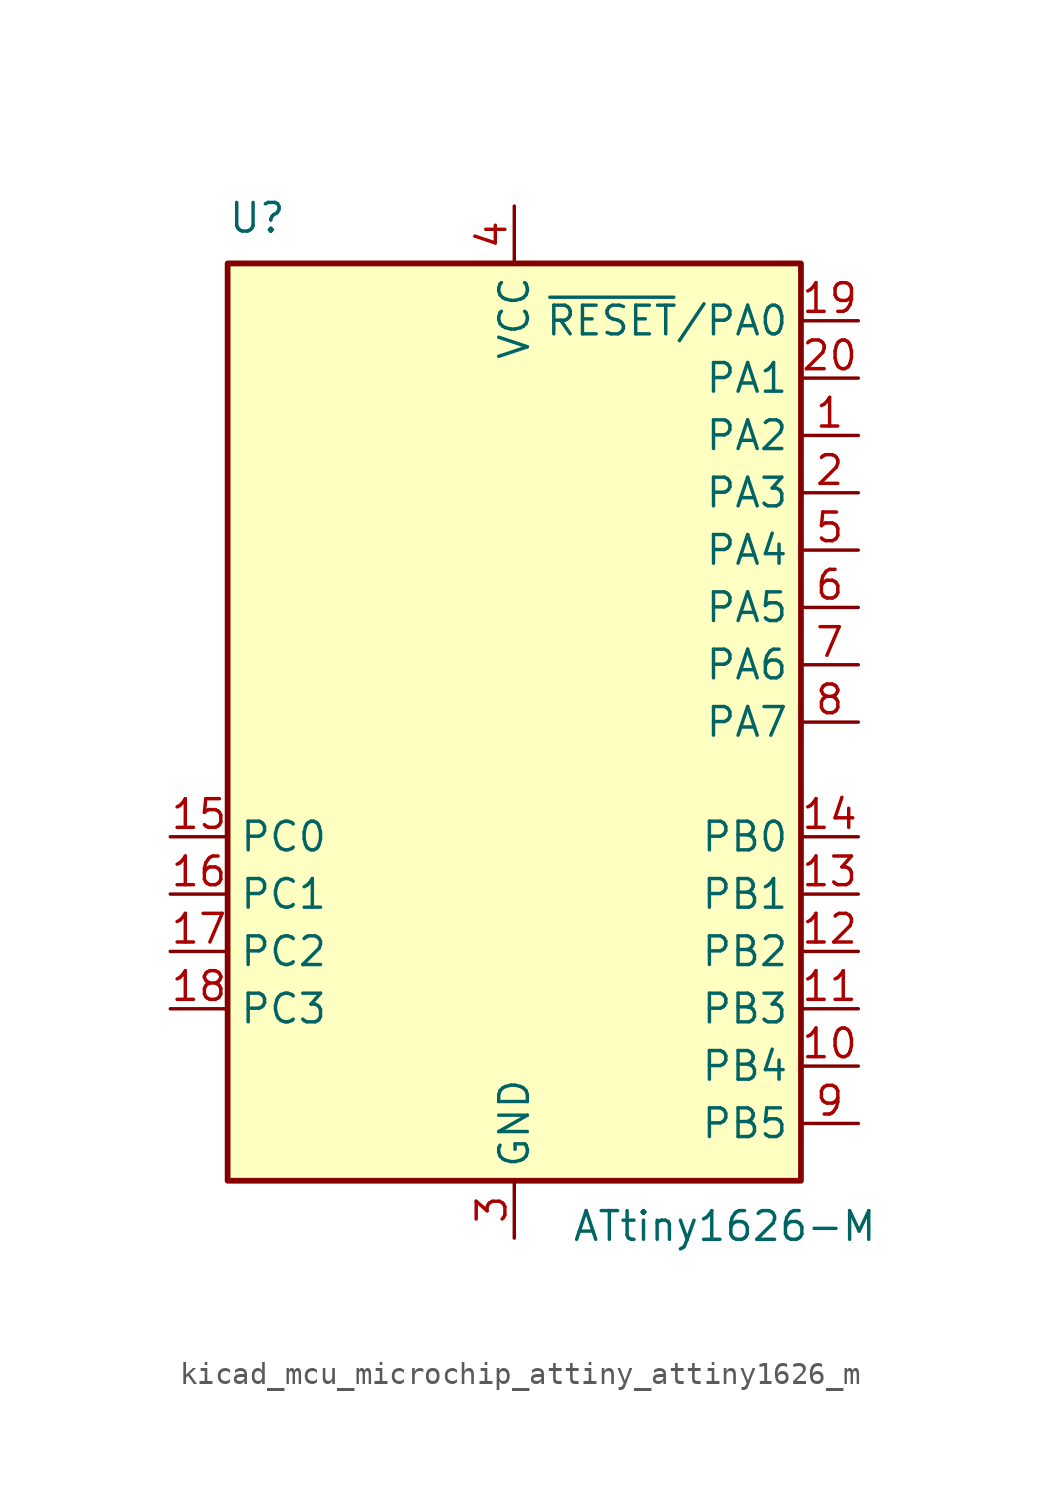
<source format=kicad_sym>
(kicad_symbol_lib
  (version 20220914)
  (generator kicad_symbol_editor)
  (symbol "kicad_mcu_microchip_attiny_attiny1626_m"
    (property "Reference" "U"
      (at -12.7 21.59 0)
      (effects (font (size 1.27 1.27)) (justify left bottom)))
    (property "Value" "ATtiny1626-M"
      (at 2.54 -21.59 0)
      (effects (font (size 1.27 1.27)) (justify left top)))
    (symbol "kicad_mcu_microchip_attiny_attiny1626_m_0_1"
      (rectangle (start -12.7 -20.32) (end 12.7 20.32) (stroke (width 0.254) (type default)) (fill (type background))))
    (symbol "kicad_mcu_microchip_attiny_attiny1626_m_1_1"
      (pin bidirectional line (at 15.24 12.7 180) (length 2.54) (name "PA2" (effects (font (size 1.27 1.27)))) (number "1" (effects (font (size 1.27 1.27)))))
      (pin bidirectional line (at 15.24 -15.24 180) (length 2.54) (name "PB4" (effects (font (size 1.27 1.27)))) (number "10" (effects (font (size 1.27 1.27)))))
      (pin bidirectional line (at 15.24 -12.7 180) (length 2.54) (name "PB3" (effects (font (size 1.27 1.27)))) (number "11" (effects (font (size 1.27 1.27)))))
      (pin bidirectional line (at 15.24 -10.16 180) (length 2.54) (name "PB2" (effects (font (size 1.27 1.27)))) (number "12" (effects (font (size 1.27 1.27)))))
      (pin bidirectional line (at 15.24 -7.62 180) (length 2.54) (name "PB1" (effects (font (size 1.27 1.27)))) (number "13" (effects (font (size 1.27 1.27)))))
      (pin bidirectional line (at 15.24 -5.08 180) (length 2.54) (name "PB0" (effects (font (size 1.27 1.27)))) (number "14" (effects (font (size 1.27 1.27)))))
      (pin bidirectional line (at -15.24 -5.08 0) (length 2.54) (name "PC0" (effects (font (size 1.27 1.27)))) (number "15" (effects (font (size 1.27 1.27)))))
      (pin bidirectional line (at -15.24 -7.62 0) (length 2.54) (name "PC1" (effects (font (size 1.27 1.27)))) (number "16" (effects (font (size 1.27 1.27)))))
      (pin bidirectional line (at -15.24 -10.16 0) (length 2.54) (name "PC2" (effects (font (size 1.27 1.27)))) (number "17" (effects (font (size 1.27 1.27)))))
      (pin bidirectional line (at -15.24 -12.7 0) (length 2.54) (name "PC3" (effects (font (size 1.27 1.27)))) (number "18" (effects (font (size 1.27 1.27)))))
      (pin bidirectional line (at 15.24 17.78 180) (length 2.54) (name "~{RESET}/PA0" (effects (font (size 1.27 1.27)))) (number "19" (effects (font (size 1.27 1.27)))))
      (pin bidirectional line (at 15.24 10.16 180) (length 2.54) (name "PA3" (effects (font (size 1.27 1.27)))) (number "2" (effects (font (size 1.27 1.27)))))
      (pin bidirectional line (at 15.24 15.24 180) (length 2.54) (name "PA1" (effects (font (size 1.27 1.27)))) (number "20" (effects (font (size 1.27 1.27)))))
      (pin passive line (at 0 -22.86 90) (length 2.54) hide (name "GND" (effects (font (size 1.27 1.27)))) (number "21" (effects (font (size 1.27 1.27)))))
      (pin power_in line (at 0 -22.86 90) (length 2.54) (name "GND" (effects (font (size 1.27 1.27)))) (number "3" (effects (font (size 1.27 1.27)))))
      (pin power_in line (at 0 22.86 270) (length 2.54) (name "VCC" (effects (font (size 1.27 1.27)))) (number "4" (effects (font (size 1.27 1.27)))))
      (pin bidirectional line (at 15.24 7.62 180) (length 2.54) (name "PA4" (effects (font (size 1.27 1.27)))) (number "5" (effects (font (size 1.27 1.27)))))
      (pin bidirectional line (at 15.24 5.08 180) (length 2.54) (name "PA5" (effects (font (size 1.27 1.27)))) (number "6" (effects (font (size 1.27 1.27)))))
      (pin bidirectional line (at 15.24 2.54 180) (length 2.54) (name "PA6" (effects (font (size 1.27 1.27)))) (number "7" (effects (font (size 1.27 1.27)))))
      (pin bidirectional line (at 15.24 0 180) (length 2.54) (name "PA7" (effects (font (size 1.27 1.27)))) (number "8" (effects (font (size 1.27 1.27)))))
      (pin bidirectional line (at 15.24 -17.78 180) (length 2.54) (name "PB5" (effects (font (size 1.27 1.27)))) (number "9" (effects (font (size 1.27 1.27))))))))
</source>
